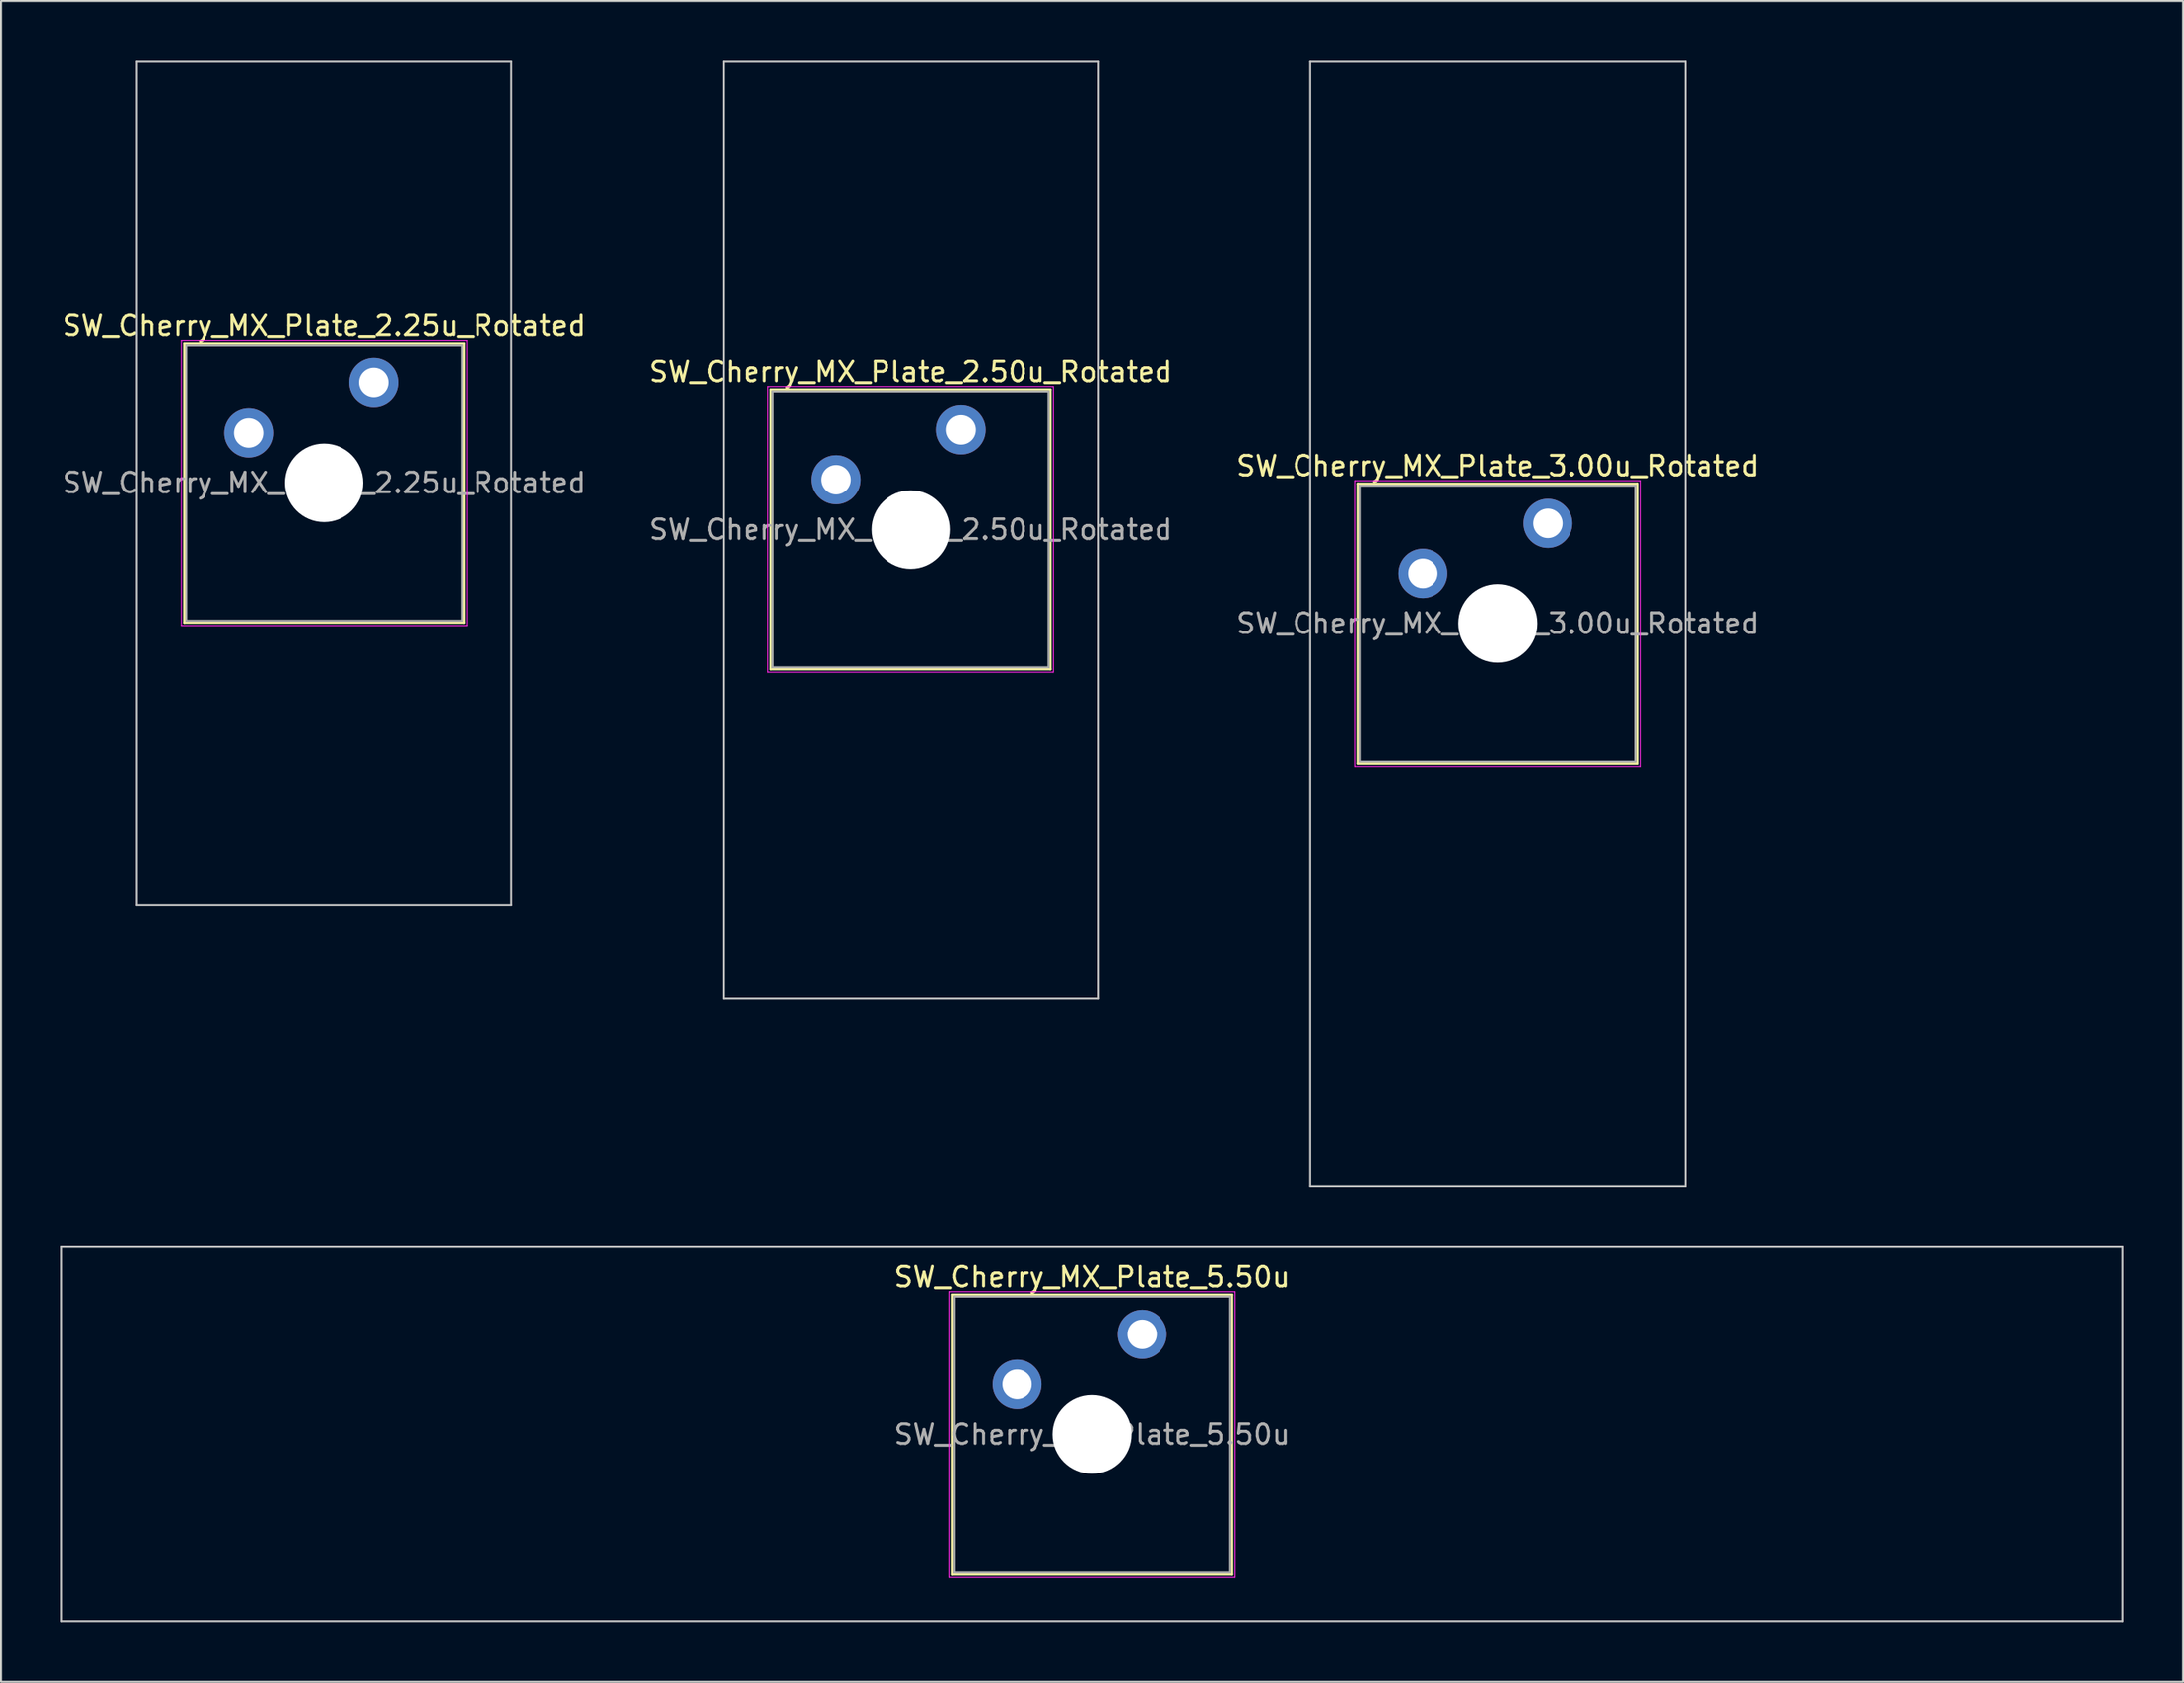
<source format=kicad_pcb>
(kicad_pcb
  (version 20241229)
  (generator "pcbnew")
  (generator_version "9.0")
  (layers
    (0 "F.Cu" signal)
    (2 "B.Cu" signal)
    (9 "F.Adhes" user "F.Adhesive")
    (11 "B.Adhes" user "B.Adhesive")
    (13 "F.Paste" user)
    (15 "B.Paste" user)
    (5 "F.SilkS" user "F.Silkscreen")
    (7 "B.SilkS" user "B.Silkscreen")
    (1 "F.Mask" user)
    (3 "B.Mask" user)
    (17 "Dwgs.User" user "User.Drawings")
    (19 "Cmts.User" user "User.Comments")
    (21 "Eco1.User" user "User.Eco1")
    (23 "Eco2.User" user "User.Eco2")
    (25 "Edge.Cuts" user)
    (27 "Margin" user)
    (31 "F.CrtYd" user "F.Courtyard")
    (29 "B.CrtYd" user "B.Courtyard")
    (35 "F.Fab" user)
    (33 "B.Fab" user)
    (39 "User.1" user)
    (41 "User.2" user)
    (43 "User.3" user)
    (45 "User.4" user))
  (footprint "SW_Cherry_MX_Plate_3.00u_Rotated"
    (layer "F.Cu")
    (at 73.054 28.625)
    (property "Reference" "SW_Cherry_MX_Plate_3.00u_Rotated" (at 0 -8 0) (layer "F.SilkS") (effects (font (size 1 1) (thickness 0.15))))
    (attr through_hole)
    (fp_line (start -7.1 -7.1) (end -7.1 7.1) (stroke (width 0.12) (type solid)) (layer "F.SilkS"))
    (fp_line (start -7.1 7.1) (end 7.1 7.1) (stroke (width 0.12) (type solid)) (layer "F.SilkS"))
    (fp_line (start 7.1 -7.1) (end -7.1 -7.1) (stroke (width 0.12) (type solid)) (layer "F.SilkS"))
    (fp_line (start 7.1 7.1) (end 7.1 -7.1) (stroke (width 0.12) (type solid)) (layer "F.SilkS"))
    (fp_line (start -9.525 -28.575) (end -9.525 28.575) (stroke (width 0.1) (type solid)) (layer "Dwgs.User"))
    (fp_line (start -9.525 28.575) (end 9.525 28.575) (stroke (width 0.1) (type solid)) (layer "Dwgs.User"))
    (fp_line (start 9.525 -28.575) (end -9.525 -28.575) (stroke (width 0.1) (type solid)) (layer "Dwgs.User"))
    (fp_line (start 9.525 28.575) (end 9.525 -28.575) (stroke (width 0.1) (type solid)) (layer "Dwgs.User"))
    (fp_line (start -7.25 -7.25) (end -7.25 7.25) (stroke (width 0.05) (type solid)) (layer "F.CrtYd"))
    (fp_line (start -7.25 7.25) (end 7.25 7.25) (stroke (width 0.05) (type solid)) (layer "F.CrtYd"))
    (fp_line (start 7.25 -7.25) (end -7.25 -7.25) (stroke (width 0.05) (type solid)) (layer "F.CrtYd"))
    (fp_line (start 7.25 7.25) (end 7.25 -7.25) (stroke (width 0.05) (type solid)) (layer "F.CrtYd"))
    (fp_line (start -7 -7) (end -7 7) (stroke (width 0.1) (type solid)) (layer "F.Fab"))
    (fp_line (start -7 7) (end 7 7) (stroke (width 0.1) (type solid)) (layer "F.Fab"))
    (fp_line (start 7 -7) (end -7 -7) (stroke (width 0.1) (type solid)) (layer "F.Fab"))
    (fp_line (start 7 7) (end 7 -7) (stroke (width 0.1) (type solid)) (layer "F.Fab"))
    (fp_text user "${REFERENCE}" (at 0 0 0) (layer "F.Fab") (effects (font (size 1 1) (thickness 0.15))))
    (pad "" np_thru_hole circle (at 0 0) (size 4 4) (drill 4) (layers "*.Cu" "*.Mask"))
    (pad "1" thru_hole circle (at -3.81 -2.54) (size 2.5 2.5) (drill 1.5) (layers "*.Cu" "B.Mask"))
    (pad "2" thru_hole circle (at 2.54 -5.08) (size 2.5 2.5) (drill 1.5) (layers "*.Cu" "B.Mask")))
  (footprint "SW_Cherry_MX_Plate_2.50u_Rotated"
    (layer "F.Cu")
    (at 43.232 23.863)
    (property "Reference" "SW_Cherry_MX_Plate_2.50u_Rotated" (at 0 -8 0) (layer "F.SilkS") (effects (font (size 1 1) (thickness 0.15))))
    (attr through_hole)
    (fp_line (start -7.1 -7.1) (end -7.1 7.1) (stroke (width 0.12) (type solid)) (layer "F.SilkS"))
    (fp_line (start -7.1 7.1) (end 7.1 7.1) (stroke (width 0.12) (type solid)) (layer "F.SilkS"))
    (fp_line (start 7.1 -7.1) (end -7.1 -7.1) (stroke (width 0.12) (type solid)) (layer "F.SilkS"))
    (fp_line (start 7.1 7.1) (end 7.1 -7.1) (stroke (width 0.12) (type solid)) (layer "F.SilkS"))
    (fp_line (start -9.525 -23.812) (end -9.525 23.812) (stroke (width 0.1) (type solid)) (layer "Dwgs.User"))
    (fp_line (start -9.525 23.812) (end 9.525 23.812) (stroke (width 0.1) (type solid)) (layer "Dwgs.User"))
    (fp_line (start 9.525 -23.812) (end -9.525 -23.812) (stroke (width 0.1) (type solid)) (layer "Dwgs.User"))
    (fp_line (start 9.525 23.812) (end 9.525 -23.812) (stroke (width 0.1) (type solid)) (layer "Dwgs.User"))
    (fp_line (start -7.25 -7.25) (end -7.25 7.25) (stroke (width 0.05) (type solid)) (layer "F.CrtYd"))
    (fp_line (start -7.25 7.25) (end 7.25 7.25) (stroke (width 0.05) (type solid)) (layer "F.CrtYd"))
    (fp_line (start 7.25 -7.25) (end -7.25 -7.25) (stroke (width 0.05) (type solid)) (layer "F.CrtYd"))
    (fp_line (start 7.25 7.25) (end 7.25 -7.25) (stroke (width 0.05) (type solid)) (layer "F.CrtYd"))
    (fp_line (start -7 -7) (end -7 7) (stroke (width 0.1) (type solid)) (layer "F.Fab"))
    (fp_line (start -7 7) (end 7 7) (stroke (width 0.1) (type solid)) (layer "F.Fab"))
    (fp_line (start 7 -7) (end -7 -7) (stroke (width 0.1) (type solid)) (layer "F.Fab"))
    (fp_line (start 7 7) (end 7 -7) (stroke (width 0.1) (type solid)) (layer "F.Fab"))
    (fp_text user "${REFERENCE}" (at 0 0 0) (layer "F.Fab") (effects (font (size 1 1) (thickness 0.15))))
    (pad "" np_thru_hole circle (at 0 0) (size 4 4) (drill 4) (layers "*.Cu" "*.Mask"))
    (pad "1" thru_hole circle (at -3.81 -2.54) (size 2.5 2.5) (drill 1.5) (layers "*.Cu" "B.Mask"))
    (pad "2" thru_hole circle (at 2.54 -5.08) (size 2.5 2.5) (drill 1.5) (layers "*.Cu" "B.Mask")))
  (footprint "SW_Cherry_MX_Plate_2.25u_Rotated"
    (layer "F.Cu")
    (at 13.411 21.481)
    (property "Reference" "SW_Cherry_MX_Plate_2.25u_Rotated" (at 0 -8 0) (layer "F.SilkS") (effects (font (size 1 1) (thickness 0.15))))
    (attr through_hole)
    (fp_line (start -7.1 -7.1) (end -7.1 7.1) (stroke (width 0.12) (type solid)) (layer "F.SilkS"))
    (fp_line (start -7.1 7.1) (end 7.1 7.1) (stroke (width 0.12) (type solid)) (layer "F.SilkS"))
    (fp_line (start 7.1 -7.1) (end -7.1 -7.1) (stroke (width 0.12) (type solid)) (layer "F.SilkS"))
    (fp_line (start 7.1 7.1) (end 7.1 -7.1) (stroke (width 0.12) (type solid)) (layer "F.SilkS"))
    (fp_line (start -9.525 -21.431) (end -9.525 21.431) (stroke (width 0.1) (type solid)) (layer "Dwgs.User"))
    (fp_line (start -9.525 21.431) (end 9.525 21.431) (stroke (width 0.1) (type solid)) (layer "Dwgs.User"))
    (fp_line (start 9.525 -21.431) (end -9.525 -21.431) (stroke (width 0.1) (type solid)) (layer "Dwgs.User"))
    (fp_line (start 9.525 21.431) (end 9.525 -21.431) (stroke (width 0.1) (type solid)) (layer "Dwgs.User"))
    (fp_line (start -7.25 -7.25) (end -7.25 7.25) (stroke (width 0.05) (type solid)) (layer "F.CrtYd"))
    (fp_line (start -7.25 7.25) (end 7.25 7.25) (stroke (width 0.05) (type solid)) (layer "F.CrtYd"))
    (fp_line (start 7.25 -7.25) (end -7.25 -7.25) (stroke (width 0.05) (type solid)) (layer "F.CrtYd"))
    (fp_line (start 7.25 7.25) (end 7.25 -7.25) (stroke (width 0.05) (type solid)) (layer "F.CrtYd"))
    (fp_line (start -7 -7) (end -7 7) (stroke (width 0.1) (type solid)) (layer "F.Fab"))
    (fp_line (start -7 7) (end 7 7) (stroke (width 0.1) (type solid)) (layer "F.Fab"))
    (fp_line (start 7 -7) (end -7 -7) (stroke (width 0.1) (type solid)) (layer "F.Fab"))
    (fp_line (start 7 7) (end 7 -7) (stroke (width 0.1) (type solid)) (layer "F.Fab"))
    (fp_text user "${REFERENCE}" (at 0 0 0) (layer "F.Fab") (effects (font (size 1 1) (thickness 0.15))))
    (pad "" np_thru_hole circle (at 0 0) (size 4 4) (drill 4) (layers "*.Cu" "*.Mask"))
    (pad "1" thru_hole circle (at -3.81 -2.54) (size 2.5 2.5) (drill 1.5) (layers "*.Cu" "B.Mask"))
    (pad "2" thru_hole circle (at 2.54 -5.08) (size 2.5 2.5) (drill 1.5) (layers "*.Cu" "B.Mask")))
  (footprint "SW_Cherry_MX_Plate_5.50u"
    (layer "F.Cu")
    (at 52.438 69.825)
    (property "Reference" "SW_Cherry_MX_Plate_5.50u" (at 0 -8 0) (layer "F.SilkS") (effects (font (size 1 1) (thickness 0.15))))
    (attr through_hole)
    (fp_line (start -7.1 -7.1) (end -7.1 7.1) (stroke (width 0.12) (type solid)) (layer "F.SilkS"))
    (fp_line (start -7.1 7.1) (end 7.1 7.1) (stroke (width 0.12) (type solid)) (layer "F.SilkS"))
    (fp_line (start 7.1 -7.1) (end -7.1 -7.1) (stroke (width 0.12) (type solid)) (layer "F.SilkS"))
    (fp_line (start 7.1 7.1) (end 7.1 -7.1) (stroke (width 0.12) (type solid)) (layer "F.SilkS"))
    (fp_line (start -52.388 -9.525) (end -52.388 9.525) (stroke (width 0.1) (type solid)) (layer "Dwgs.User"))
    (fp_line (start -52.388 9.525) (end 52.388 9.525) (stroke (width 0.1) (type solid)) (layer "Dwgs.User"))
    (fp_line (start 52.388 -9.525) (end -52.388 -9.525) (stroke (width 0.1) (type solid)) (layer "Dwgs.User"))
    (fp_line (start 52.388 9.525) (end 52.388 -9.525) (stroke (width 0.1) (type solid)) (layer "Dwgs.User"))
    (fp_line (start -7.25 -7.25) (end -7.25 7.25) (stroke (width 0.05) (type solid)) (layer "F.CrtYd"))
    (fp_line (start -7.25 7.25) (end 7.25 7.25) (stroke (width 0.05) (type solid)) (layer "F.CrtYd"))
    (fp_line (start 7.25 -7.25) (end -7.25 -7.25) (stroke (width 0.05) (type solid)) (layer "F.CrtYd"))
    (fp_line (start 7.25 7.25) (end 7.25 -7.25) (stroke (width 0.05) (type solid)) (layer "F.CrtYd"))
    (fp_line (start -7 -7) (end -7 7) (stroke (width 0.1) (type solid)) (layer "F.Fab"))
    (fp_line (start -7 7) (end 7 7) (stroke (width 0.1) (type solid)) (layer "F.Fab"))
    (fp_line (start 7 -7) (end -7 -7) (stroke (width 0.1) (type solid)) (layer "F.Fab"))
    (fp_line (start 7 7) (end 7 -7) (stroke (width 0.1) (type solid)) (layer "F.Fab"))
    (fp_text user "${REFERENCE}" (at 0 0 0) (layer "F.Fab") (effects (font (size 1 1) (thickness 0.15))))
    (pad "" np_thru_hole circle (at 0 0) (size 4 4) (drill 4) (layers "*.Cu" "*.Mask"))
    (pad "1" thru_hole circle (at -3.81 -2.54) (size 2.5 2.5) (drill 1.5) (layers "*.Cu" "B.Mask"))
    (pad "2" thru_hole circle (at 2.54 -5.08) (size 2.5 2.5) (drill 1.5) (layers "*.Cu" "B.Mask")))
  (gr_rect
    (start -3 -3)
    (end 107.875 82.4)
    (stroke (width 0.1) (type default))
    (fill no)
    (layer "Edge.Cuts")))
</source>
